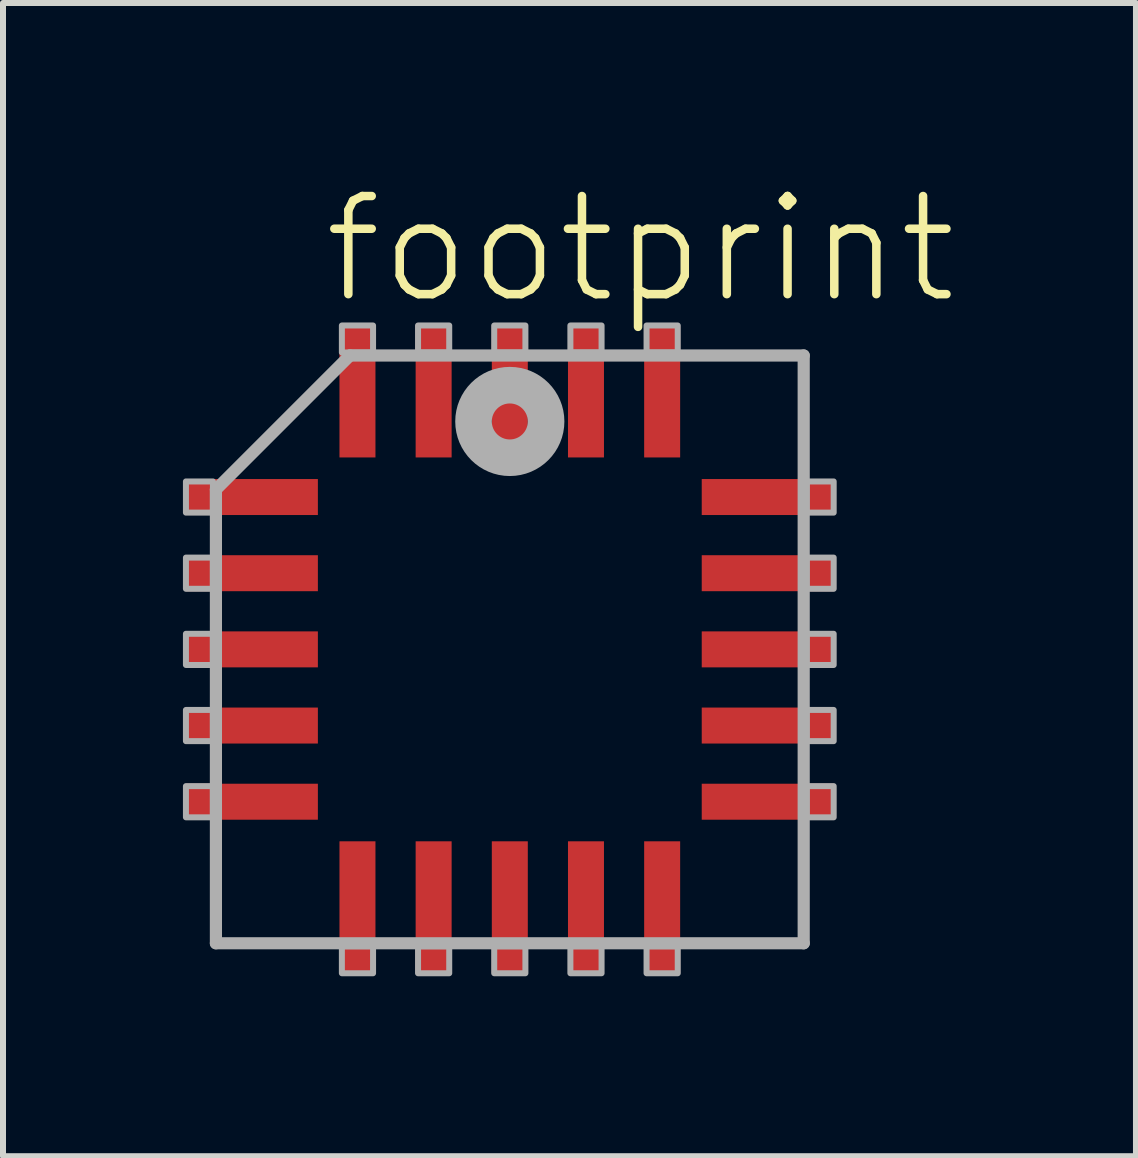
<source format=kicad_pcb>
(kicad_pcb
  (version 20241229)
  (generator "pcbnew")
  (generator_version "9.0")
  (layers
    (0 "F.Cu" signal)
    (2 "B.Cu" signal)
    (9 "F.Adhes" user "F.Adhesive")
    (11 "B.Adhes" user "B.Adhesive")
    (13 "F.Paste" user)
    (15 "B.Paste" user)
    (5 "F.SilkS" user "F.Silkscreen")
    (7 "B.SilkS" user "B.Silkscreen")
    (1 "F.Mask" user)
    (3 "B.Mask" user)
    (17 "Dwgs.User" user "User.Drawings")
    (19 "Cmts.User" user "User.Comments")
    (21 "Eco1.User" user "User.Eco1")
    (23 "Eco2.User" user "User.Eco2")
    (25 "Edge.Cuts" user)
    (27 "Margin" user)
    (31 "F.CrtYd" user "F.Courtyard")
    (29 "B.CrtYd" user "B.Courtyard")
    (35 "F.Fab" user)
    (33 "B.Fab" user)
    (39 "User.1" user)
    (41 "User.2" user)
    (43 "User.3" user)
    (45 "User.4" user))
  (footprint "footprint"
    (layer "F.Cu")
    (at 5.45 7.777)
    (property "Reference" "footprint" (at -3.175 -5.715 0) (layer "F.SilkS") (effects (font (size 1.636 1.636) (thickness 0.142)) (justify left bottom)))
    (fp_line (start -4.9 -2.665) (end -4.9 4.9) (stroke (width 0.203) (type solid)) (layer "F.Fab"))
    (fp_line (start -4.9 4.9) (end 4.9 4.9) (stroke (width 0.203) (type solid)) (layer "F.Fab"))
    (fp_line (start -2.665 -4.9) (end -4.9 -2.665) (stroke (width 0.203) (type solid)) (layer "F.Fab"))
    (fp_line (start 4.9 -4.9) (end -2.665 -4.9) (stroke (width 0.203) (type solid)) (layer "F.Fab"))
    (fp_line (start 4.9 4.9) (end 4.9 -4.9) (stroke (width 0.203) (type solid)) (layer "F.Fab"))
    (fp_circle (center 0 -3.8) (end 0.3 -3.8) (stroke (width 0.61) (type solid)) (fill no) (layer "F.Fab"))
    (fp_poly (pts (xy -5.4 -2.28) (xy -4.95 -2.28) (xy -4.95 -2.8) (xy -5.4 -2.8)) (stroke (width 0.1) (type solid)) (fill no) (layer "F.Fab"))
    (fp_poly (pts (xy -5.4 -1.01) (xy -4.95 -1.01) (xy -4.95 -1.53) (xy -5.4 -1.53)) (stroke (width 0.1) (type solid)) (fill no) (layer "F.Fab"))
    (fp_poly (pts (xy -5.4 0.26) (xy -4.95 0.26) (xy -4.95 -0.26) (xy -5.4 -0.26)) (stroke (width 0.1) (type solid)) (fill no) (layer "F.Fab"))
    (fp_poly (pts (xy -5.4 1.53) (xy -4.95 1.53) (xy -4.95 1.01) (xy -5.4 1.01)) (stroke (width 0.1) (type solid)) (fill no) (layer "F.Fab"))
    (fp_poly (pts (xy -5.4 2.8) (xy -4.95 2.8) (xy -4.95 2.28) (xy -5.4 2.28)) (stroke (width 0.1) (type solid)) (fill no) (layer "F.Fab"))
    (fp_poly (pts (xy -2.8 -4.95) (xy -2.28 -4.95) (xy -2.28 -5.4) (xy -2.8 -5.4)) (stroke (width 0.1) (type solid)) (fill no) (layer "F.Fab"))
    (fp_poly (pts (xy -2.8 5.4) (xy -2.28 5.4) (xy -2.28 4.95) (xy -2.8 4.95)) (stroke (width 0.1) (type solid)) (fill no) (layer "F.Fab"))
    (fp_poly (pts (xy -1.53 -4.95) (xy -1.01 -4.95) (xy -1.01 -5.4) (xy -1.53 -5.4)) (stroke (width 0.1) (type solid)) (fill no) (layer "F.Fab"))
    (fp_poly (pts (xy -1.53 5.4) (xy -1.01 5.4) (xy -1.01 4.95) (xy -1.53 4.95)) (stroke (width 0.1) (type solid)) (fill no) (layer "F.Fab"))
    (fp_poly (pts (xy -0.26 -4.95) (xy 0.26 -4.95) (xy 0.26 -5.4) (xy -0.26 -5.4)) (stroke (width 0.1) (type solid)) (fill no) (layer "F.Fab"))
    (fp_poly (pts (xy -0.26 5.4) (xy 0.26 5.4) (xy 0.26 4.95) (xy -0.26 4.95)) (stroke (width 0.1) (type solid)) (fill no) (layer "F.Fab"))
    (fp_poly (pts (xy 1.01 -4.95) (xy 1.53 -4.95) (xy 1.53 -5.4) (xy 1.01 -5.4)) (stroke (width 0.1) (type solid)) (fill no) (layer "F.Fab"))
    (fp_poly (pts (xy 1.01 5.4) (xy 1.53 5.4) (xy 1.53 4.95) (xy 1.01 4.95)) (stroke (width 0.1) (type solid)) (fill no) (layer "F.Fab"))
    (fp_poly (pts (xy 2.28 -4.95) (xy 2.8 -4.95) (xy 2.8 -5.4) (xy 2.28 -5.4)) (stroke (width 0.1) (type solid)) (fill no) (layer "F.Fab"))
    (fp_poly (pts (xy 2.28 5.4) (xy 2.8 5.4) (xy 2.8 4.95) (xy 2.28 4.95)) (stroke (width 0.1) (type solid)) (fill no) (layer "F.Fab"))
    (fp_poly (pts (xy 4.95 -2.28) (xy 5.4 -2.28) (xy 5.4 -2.8) (xy 4.95 -2.8)) (stroke (width 0.1) (type solid)) (fill no) (layer "F.Fab"))
    (fp_poly (pts (xy 4.95 -1.01) (xy 5.4 -1.01) (xy 5.4 -1.53) (xy 4.95 -1.53)) (stroke (width 0.1) (type solid)) (fill no) (layer "F.Fab"))
    (fp_poly (pts (xy 4.95 0.26) (xy 5.4 0.26) (xy 5.4 -0.26) (xy 4.95 -0.26)) (stroke (width 0.1) (type solid)) (fill no) (layer "F.Fab"))
    (fp_poly (pts (xy 4.95 1.53) (xy 5.4 1.53) (xy 5.4 1.01) (xy 4.95 1.01)) (stroke (width 0.1) (type solid)) (fill no) (layer "F.Fab"))
    (fp_poly (pts (xy 4.95 2.8) (xy 5.4 2.8) (xy 5.4 2.28) (xy 4.95 2.28)) (stroke (width 0.1) (type solid)) (fill no) (layer "F.Fab"))
    (pad "1" smd rect (at 0 -4.3) (size 0.6 2.2) (layers "F.Cu" "F.Mask" "F.Paste"))
    (pad "2" smd rect (at -1.27 -4.3) (size 0.6 2.2) (layers "F.Cu" "F.Mask" "F.Paste"))
    (pad "3" smd rect (at -2.54 -4.3) (size 0.6 2.2) (layers "F.Cu" "F.Mask" "F.Paste"))
    (pad "4" smd rect (at -4.3 -2.54) (size 2.2 0.6) (layers "F.Cu" "F.Mask" "F.Paste"))
    (pad "5" smd rect (at -4.3 -1.27) (size 2.2 0.6) (layers "F.Cu" "F.Mask" "F.Paste"))
    (pad "6" smd rect (at -4.3 0) (size 2.2 0.6) (layers "F.Cu" "F.Mask" "F.Paste"))
    (pad "7" smd rect (at -4.3 1.27) (size 2.2 0.6) (layers "F.Cu" "F.Mask" "F.Paste"))
    (pad "8" smd rect (at -4.3 2.54) (size 2.2 0.6) (layers "F.Cu" "F.Mask" "F.Paste"))
    (pad "9" smd rect (at -2.54 4.3) (size 0.6 2.2) (layers "F.Cu" "F.Mask" "F.Paste"))
    (pad "10" smd rect (at -1.27 4.3) (size 0.6 2.2) (layers "F.Cu" "F.Mask" "F.Paste"))
    (pad "11" smd rect (at 0 4.3) (size 0.6 2.2) (layers "F.Cu" "F.Mask" "F.Paste"))
    (pad "12" smd rect (at 1.27 4.3) (size 0.6 2.2) (layers "F.Cu" "F.Mask" "F.Paste"))
    (pad "13" smd rect (at 2.54 4.3) (size 0.6 2.2) (layers "F.Cu" "F.Mask" "F.Paste"))
    (pad "14" smd rect (at 4.3 2.54) (size 2.2 0.6) (layers "F.Cu" "F.Mask" "F.Paste"))
    (pad "15" smd rect (at 4.3 1.27) (size 2.2 0.6) (layers "F.Cu" "F.Mask" "F.Paste"))
    (pad "16" smd rect (at 4.3 0) (size 2.2 0.6) (layers "F.Cu" "F.Mask" "F.Paste"))
    (pad "17" smd rect (at 4.3 -1.27) (size 2.2 0.6) (layers "F.Cu" "F.Mask" "F.Paste"))
    (pad "18" smd rect (at 4.3 -2.54) (size 2.2 0.6) (layers "F.Cu" "F.Mask" "F.Paste"))
    (pad "19" smd rect (at 2.54 -4.3) (size 0.6 2.2) (layers "F.Cu" "F.Mask" "F.Paste"))
    (pad "20" smd rect (at 1.27 -4.3) (size 0.6 2.2) (layers "F.Cu" "F.Mask" "F.Paste")))
  (gr_rect
    (start -3 -3)
    (end 15.89 16.227)
    (stroke (width 0.1) (type default))
    (fill no)
    (layer "Edge.Cuts")))
</source>
